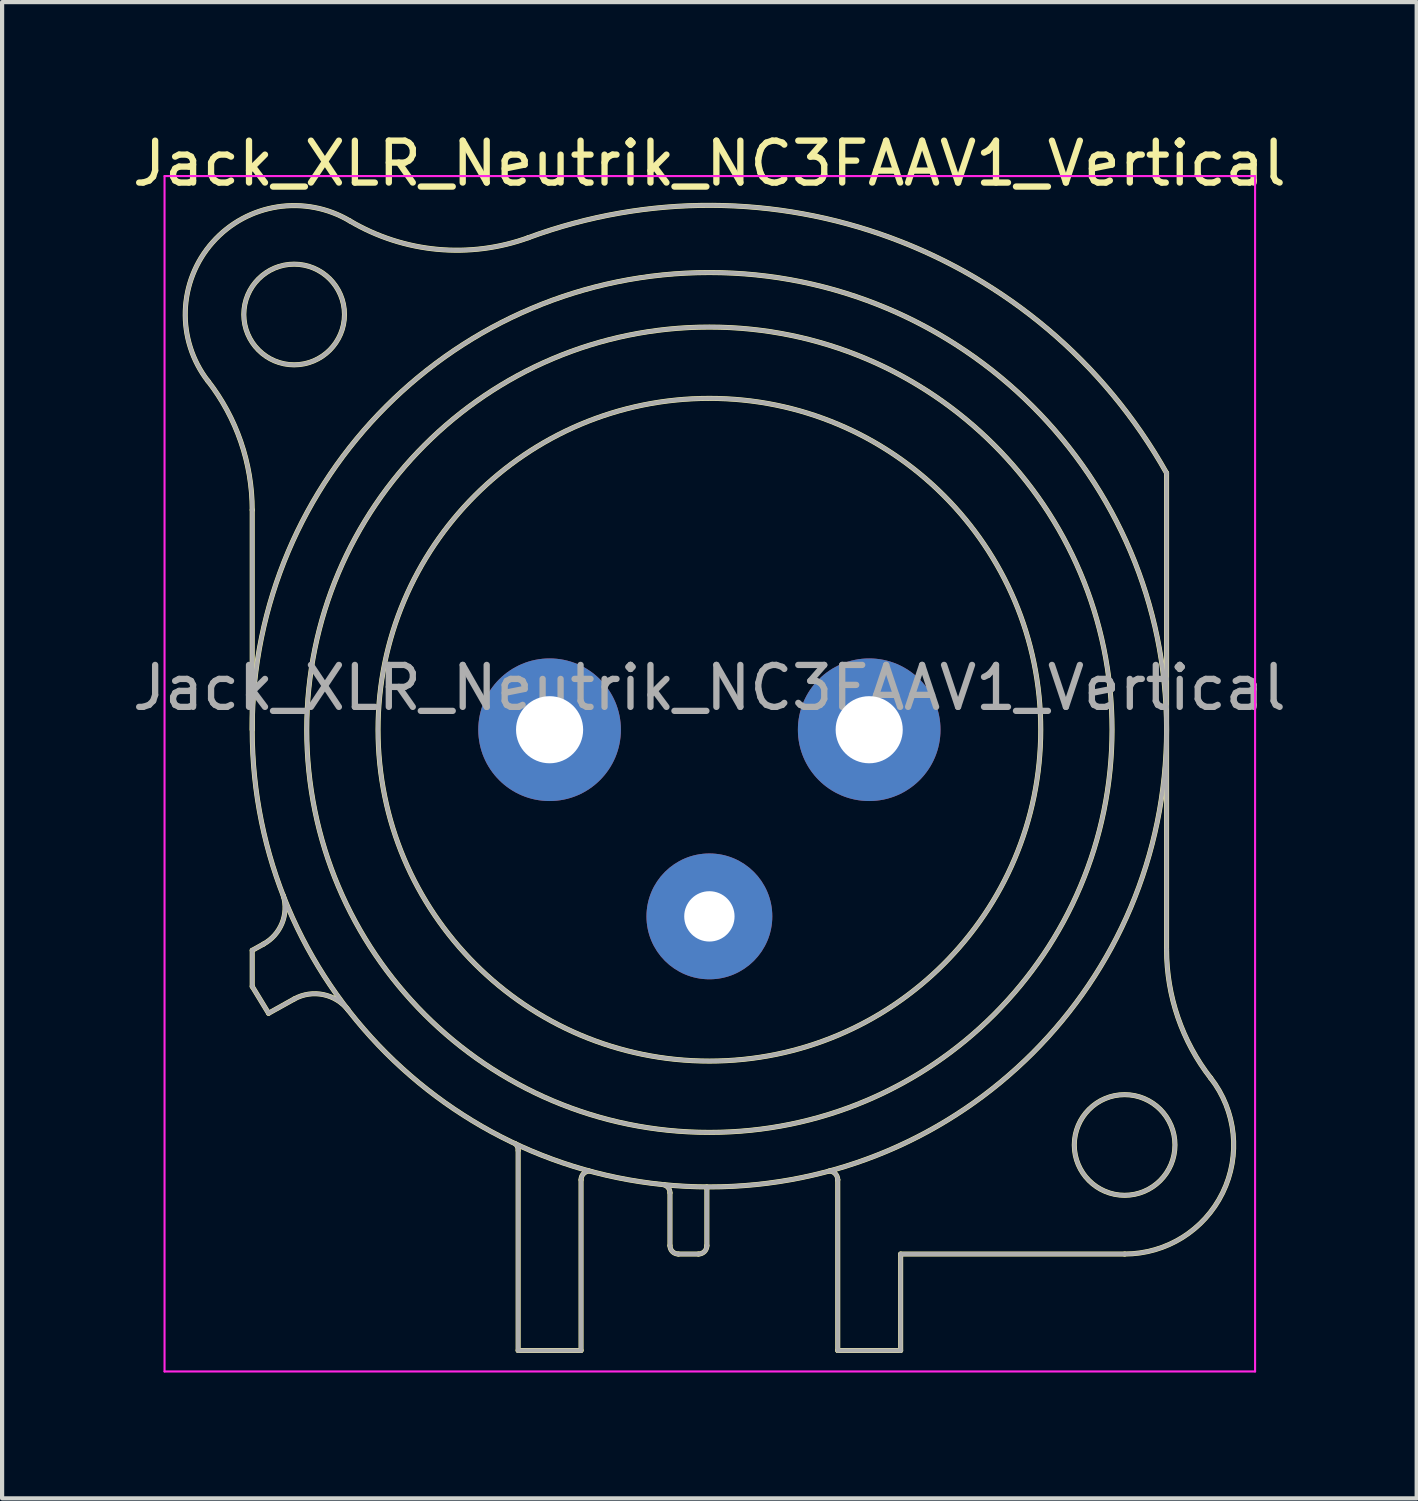
<source format=kicad_pcb>
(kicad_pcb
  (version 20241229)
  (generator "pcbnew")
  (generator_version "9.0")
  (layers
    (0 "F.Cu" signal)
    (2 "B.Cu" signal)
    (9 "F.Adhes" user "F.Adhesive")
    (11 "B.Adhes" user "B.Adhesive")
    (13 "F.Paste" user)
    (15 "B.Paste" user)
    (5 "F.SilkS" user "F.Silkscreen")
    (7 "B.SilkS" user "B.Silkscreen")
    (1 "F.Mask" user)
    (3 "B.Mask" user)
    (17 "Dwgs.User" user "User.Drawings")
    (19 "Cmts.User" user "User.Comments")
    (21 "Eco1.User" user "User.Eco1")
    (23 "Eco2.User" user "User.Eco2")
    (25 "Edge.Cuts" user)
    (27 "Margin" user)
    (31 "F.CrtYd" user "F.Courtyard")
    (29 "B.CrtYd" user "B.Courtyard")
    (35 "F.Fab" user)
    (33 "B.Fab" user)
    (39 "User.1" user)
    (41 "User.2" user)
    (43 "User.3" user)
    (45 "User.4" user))
  (footprint "Jack_XLR_Neutrik_NC3FAAV1_Vertical"
    (layer "F.Cu")
    (at 17.673 14.348)
    (property "Reference" "Jack_XLR_Neutrik_NC3FAAV1_Vertical" (at -3.81 -13.5 0) (layer "F.SilkS") (effects (font (size 1 1) (thickness 0.15))))
    (attr through_hole)
    (fp_line (start -14.71 0) (end -14.71 -5.24) (stroke (width 0.12) (type solid)) (layer "F.SilkS"))
    (fp_line (start -14.71 5.26) (end -14.44 5.11) (stroke (width 0.12) (type solid)) (layer "F.SilkS"))
    (fp_line (start -14.71 6.12) (end -14.71 5.26) (stroke (width 0.12) (type solid)) (layer "F.SilkS"))
    (fp_line (start -14.32 6.76) (end -14.71 6.12) (stroke (width 0.12) (type solid)) (layer "F.SilkS"))
    (fp_line (start -13.71 6.42) (end -14.32 6.76) (stroke (width 0.12) (type solid)) (layer "F.SilkS"))
    (fp_line (start -8.37 10.03) (end -8.37 14.8) (stroke (width 0.12) (type solid)) (layer "F.SilkS"))
    (fp_line (start -6.87 14.8) (end -8.37 14.8) (stroke (width 0.12) (type solid)) (layer "F.SilkS"))
    (fp_line (start -6.87 14.8) (end -6.87 10.73) (stroke (width 0.12) (type solid)) (layer "F.SilkS"))
    (fp_line (start -4.75 11.04) (end -4.75 12.3) (stroke (width 0.12) (type solid)) (layer "F.SilkS"))
    (fp_line (start -4.07 12.5) (end -4.55 12.5) (stroke (width 0.12) (type solid)) (layer "F.SilkS"))
    (fp_line (start -3.87 10.9) (end -3.87 12.3) (stroke (width 0.12) (type solid)) (layer "F.SilkS"))
    (fp_line (start -0.75 10.73) (end -0.75 10.73) (stroke (width 0.12) (type solid)) (layer "F.SilkS"))
    (fp_line (start -0.75 14.8) (end -0.75 10.73) (stroke (width 0.12) (type solid)) (layer "F.SilkS"))
    (fp_line (start 0.75 12.5) (end 6.09 12.5) (stroke (width 0.12) (type solid)) (layer "F.SilkS"))
    (fp_line (start 0.75 14.8) (end -0.75 14.8) (stroke (width 0.12) (type solid)) (layer "F.SilkS"))
    (fp_line (start 0.75 14.8) (end 0.75 12.5) (stroke (width 0.12) (type solid)) (layer "F.SilkS"))
    (fp_line (start 7.09 5.24) (end 7.09 -6.12) (stroke (width 0.12) (type solid)) (layer "F.SilkS"))
    (fp_arc (start -15.766689 -8.317569) (mid -14.98153 -6.866962) (end -14.71 -5.24) (stroke (width 0.12) (type solid)) (layer "F.SilkS"))
    (fp_arc (start -15.761979 -8.309032) (mid -15.65429 -11.620911) (end -12.38 -12.13) (stroke (width 0.12) (type solid)) (layer "F.SilkS"))
    (fp_arc (start -13.969214 3.951372) (mid -13.999461 4.614043) (end -14.44 5.11) (stroke (width 0.12) (type solid)) (layer "F.SilkS"))
    (fp_arc (start -13.71 6.42) (mid -13.01025 6.315915) (end -12.412202 6.693832) (stroke (width 0.12) (type solid)) (layer "F.SilkS"))
    (fp_arc (start -8.436364 9.870864) (mid -8.385177 9.942924) (end -8.37 10.03) (stroke (width 0.12) (type solid)) (layer "F.SilkS"))
    (fp_arc (start -8.12905 -11.730738) (mid 0.51404 -11.7289) (end 7.09 -6.12) (stroke (width 0.12) (type solid)) (layer "F.SilkS"))
    (fp_arc (start -8.118081 -11.733841) (mid -10.293498 -11.453642) (end -12.38 -12.13) (stroke (width 0.12) (type solid)) (layer "F.SilkS"))
    (fp_arc (start -6.87 10.73) (mid -6.814828 10.588126) (end -6.678303 10.520799) (stroke (width 0.12) (type solid)) (layer "F.SilkS"))
    (fp_arc (start -4.908418 10.84437) (mid -4.794571 10.914136) (end -4.75 11.04) (stroke (width 0.12) (type solid)) (layer "F.SilkS"))
    (fp_arc (start -4.55 12.5) (mid -4.691421 12.441421) (end -4.75 12.3) (stroke (width 0.12) (type solid)) (layer "F.SilkS"))
    (fp_arc (start -3.87 12.3) (mid -3.928579 12.441421) (end -4.07 12.5) (stroke (width 0.12) (type solid)) (layer "F.SilkS"))
    (fp_arc (start -0.949009 10.520288) (mid -0.807671 10.585446) (end -0.75 10.73) (stroke (width 0.12) (type solid)) (layer "F.SilkS"))
    (fp_arc (start 8.141619 8.302858) (mid 8.42587 11.041804) (end 6.09 12.5) (stroke (width 0.12) (type solid)) (layer "F.SilkS"))
    (fp_arc (start 8.14247 8.305283) (mid 7.360446 6.860467) (end 7.09 5.24) (stroke (width 0.12) (type solid)) (layer "F.SilkS"))
    (fp_circle (center -13.71 -9.9) (end -12.51 -9.9) (stroke (width 0.12) (type solid)) (fill no) (layer "F.SilkS"))
    (fp_circle (center -3.81 0) (end 4.09 0) (stroke (width 0.12) (type solid)) (fill no) (layer "F.SilkS"))
    (fp_circle (center -3.81 0) (end 5.79 0) (stroke (width 0.12) (type solid)) (fill no) (layer "F.SilkS"))
    (fp_circle (center -3.81 0) (end 7.09 0) (stroke (width 0.12) (type solid)) (fill no) (layer "F.SilkS"))
    (fp_circle (center 6.09 9.9) (end 7.29 9.9) (stroke (width 0.12) (type solid)) (fill no) (layer "F.SilkS"))
    (fp_line (start -16.8 -13.2) (end 9.2 -13.2) (stroke (width 0.05) (type solid)) (layer "F.CrtYd"))
    (fp_line (start -16.8 15.3) (end -16.8 -13.2) (stroke (width 0.05) (type solid)) (layer "F.CrtYd"))
    (fp_line (start 9.2 -13.2) (end 9.2 15.3) (stroke (width 0.05) (type solid)) (layer "F.CrtYd"))
    (fp_line (start 9.2 15.3) (end -16.8 15.3) (stroke (width 0.05) (type solid)) (layer "F.CrtYd"))
    (fp_line (start -14.71 0) (end -14.71 -5.24) (stroke (width 0.1) (type solid)) (layer "F.Fab"))
    (fp_line (start -14.71 5.26) (end -14.44 5.11) (stroke (width 0.1) (type solid)) (layer "F.Fab"))
    (fp_line (start -14.71 6.12) (end -14.71 5.26) (stroke (width 0.1) (type solid)) (layer "F.Fab"))
    (fp_line (start -14.32 6.76) (end -14.71 6.12) (stroke (width 0.1) (type solid)) (layer "F.Fab"))
    (fp_line (start -13.71 6.42) (end -14.32 6.76) (stroke (width 0.1) (type solid)) (layer "F.Fab"))
    (fp_line (start -8.37 10.03) (end -8.37 14.8) (stroke (width 0.1) (type solid)) (layer "F.Fab"))
    (fp_line (start -6.87 14.8) (end -8.37 14.8) (stroke (width 0.1) (type solid)) (layer "F.Fab"))
    (fp_line (start -6.87 14.8) (end -6.87 10.73) (stroke (width 0.1) (type solid)) (layer "F.Fab"))
    (fp_line (start -4.75 11.04) (end -4.75 12.3) (stroke (width 0.1) (type solid)) (layer "F.Fab"))
    (fp_line (start -4.07 12.5) (end -4.55 12.5) (stroke (width 0.1) (type solid)) (layer "F.Fab"))
    (fp_line (start -3.87 10.9) (end -3.87 12.3) (stroke (width 0.1) (type solid)) (layer "F.Fab"))
    (fp_line (start -0.75 10.73) (end -0.75 10.73) (stroke (width 0.1) (type solid)) (layer "F.Fab"))
    (fp_line (start -0.75 14.8) (end -0.75 10.73) (stroke (width 0.1) (type solid)) (layer "F.Fab"))
    (fp_line (start 0.75 12.5) (end 6.09 12.5) (stroke (width 0.1) (type solid)) (layer "F.Fab"))
    (fp_line (start 0.75 14.8) (end -0.75 14.8) (stroke (width 0.1) (type solid)) (layer "F.Fab"))
    (fp_line (start 0.75 14.8) (end 0.75 12.5) (stroke (width 0.1) (type solid)) (layer "F.Fab"))
    (fp_line (start 7.09 5.24) (end 7.09 -6.12) (stroke (width 0.1) (type solid)) (layer "F.Fab"))
    (fp_arc (start -15.766689 -8.317569) (mid -14.98153 -6.866962) (end -14.71 -5.24) (stroke (width 0.1) (type solid)) (layer "F.Fab"))
    (fp_arc (start -15.761979 -8.309032) (mid -15.65429 -11.620911) (end -12.38 -12.13) (stroke (width 0.1) (type solid)) (layer "F.Fab"))
    (fp_arc (start -13.969214 3.951372) (mid -13.999461 4.614043) (end -14.44 5.11) (stroke (width 0.1) (type solid)) (layer "F.Fab"))
    (fp_arc (start -13.71 6.42) (mid -13.01025 6.315915) (end -12.412202 6.693832) (stroke (width 0.1) (type solid)) (layer "F.Fab"))
    (fp_arc (start -8.436364 9.870864) (mid -8.385177 9.942924) (end -8.37 10.03) (stroke (width 0.1) (type solid)) (layer "F.Fab"))
    (fp_arc (start -8.12905 -11.730738) (mid 0.51404 -11.7289) (end 7.09 -6.12) (stroke (width 0.1) (type solid)) (layer "F.Fab"))
    (fp_arc (start -8.118081 -11.733841) (mid -10.293498 -11.453642) (end -12.38 -12.13) (stroke (width 0.1) (type solid)) (layer "F.Fab"))
    (fp_arc (start -6.87 10.73) (mid -6.814828 10.588126) (end -6.678303 10.520799) (stroke (width 0.1) (type solid)) (layer "F.Fab"))
    (fp_arc (start -4.908418 10.84437) (mid -4.794571 10.914136) (end -4.75 11.04) (stroke (width 0.1) (type solid)) (layer "F.Fab"))
    (fp_arc (start -4.55 12.5) (mid -4.691421 12.441421) (end -4.75 12.3) (stroke (width 0.1) (type solid)) (layer "F.Fab"))
    (fp_arc (start -3.87 12.3) (mid -3.928579 12.441421) (end -4.07 12.5) (stroke (width 0.1) (type solid)) (layer "F.Fab"))
    (fp_arc (start -0.949009 10.520288) (mid -0.807671 10.585446) (end -0.75 10.73) (stroke (width 0.1) (type solid)) (layer "F.Fab"))
    (fp_arc (start 8.141619 8.302858) (mid 8.42587 11.041804) (end 6.09 12.5) (stroke (width 0.1) (type solid)) (layer "F.Fab"))
    (fp_arc (start 8.14247 8.305283) (mid 7.360446 6.860467) (end 7.09 5.24) (stroke (width 0.1) (type solid)) (layer "F.Fab"))
    (fp_circle (center -13.71 -9.9) (end -12.51 -9.9) (stroke (width 0.1) (type solid)) (fill no) (layer "F.Fab"))
    (fp_circle (center -3.81 0) (end 4.09 0) (stroke (width 0.1) (type solid)) (fill no) (layer "F.Fab"))
    (fp_circle (center -3.81 0) (end 5.79 0) (stroke (width 0.1) (type solid)) (fill no) (layer "F.Fab"))
    (fp_circle (center -3.81 0) (end 7.09 0) (stroke (width 0.1) (type solid)) (fill no) (layer "F.Fab"))
    (fp_circle (center 6.09 9.9) (end 7.29 9.9) (stroke (width 0.1) (type solid)) (fill no) (layer "F.Fab"))
    (fp_text user "${REFERENCE}" (at -3.81 -1 0) (layer "F.Fab") (effects (font (size 1 1) (thickness 0.15))))
    (pad "1" thru_hole circle (at 0 0) (size 3.4 3.4) (drill 1.6) (layers "*.Cu" "*.Mask"))
    (pad "2" thru_hole circle (at -7.62 0) (size 3.4 3.4) (drill 1.6) (layers "*.Cu" "*.Mask"))
    (pad "3" thru_hole circle (at -3.81 4.45) (size 3 3) (drill 1.2) (layers "*.Cu" "*.Mask")))
  (gr_rect
    (start -3 -3)
    (end 30.726 32.673)
    (stroke (width 0.1) (type default))
    (fill no)
    (layer "Edge.Cuts")))
</source>
